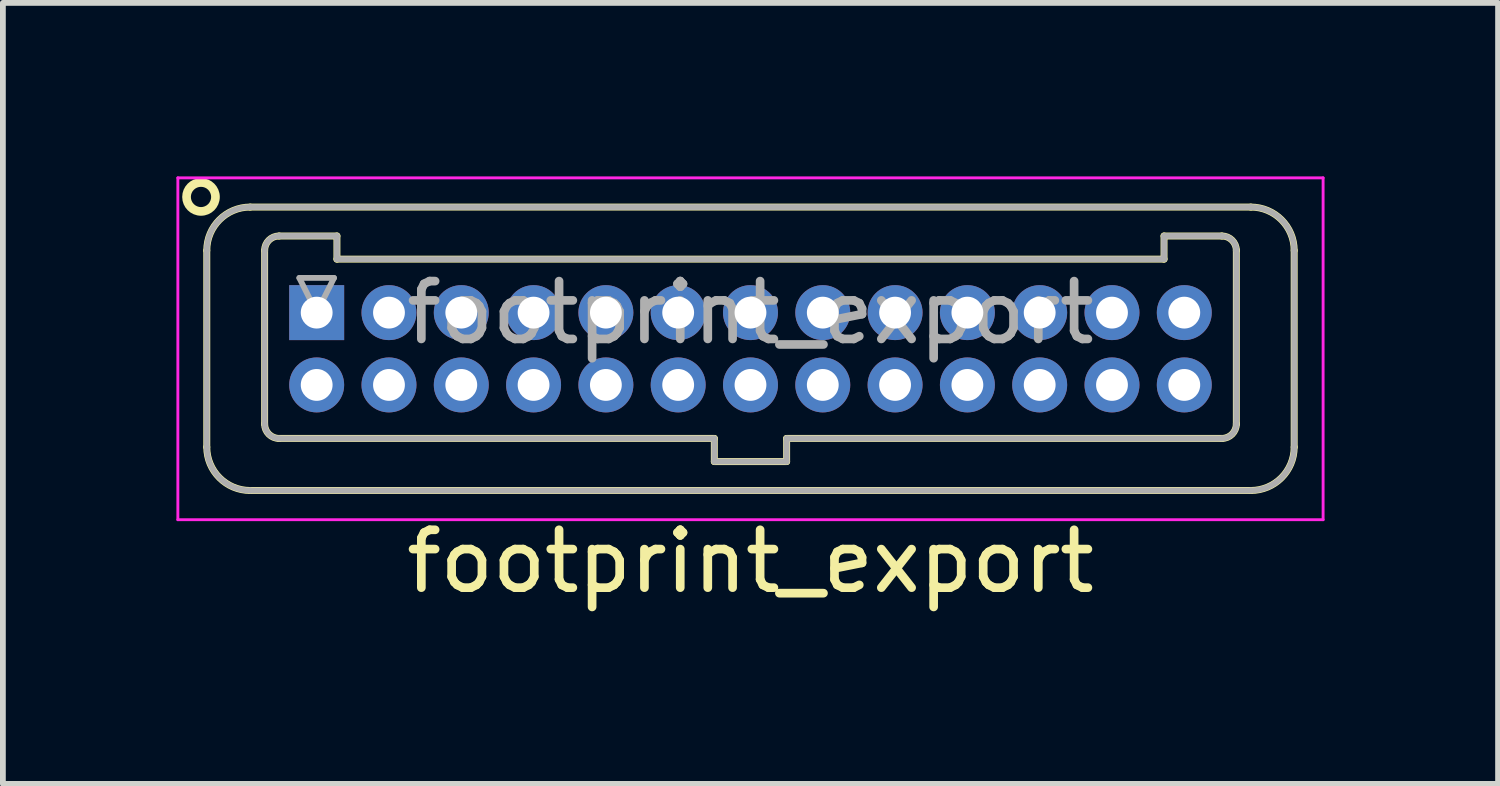
<source format=kicad_pcb>
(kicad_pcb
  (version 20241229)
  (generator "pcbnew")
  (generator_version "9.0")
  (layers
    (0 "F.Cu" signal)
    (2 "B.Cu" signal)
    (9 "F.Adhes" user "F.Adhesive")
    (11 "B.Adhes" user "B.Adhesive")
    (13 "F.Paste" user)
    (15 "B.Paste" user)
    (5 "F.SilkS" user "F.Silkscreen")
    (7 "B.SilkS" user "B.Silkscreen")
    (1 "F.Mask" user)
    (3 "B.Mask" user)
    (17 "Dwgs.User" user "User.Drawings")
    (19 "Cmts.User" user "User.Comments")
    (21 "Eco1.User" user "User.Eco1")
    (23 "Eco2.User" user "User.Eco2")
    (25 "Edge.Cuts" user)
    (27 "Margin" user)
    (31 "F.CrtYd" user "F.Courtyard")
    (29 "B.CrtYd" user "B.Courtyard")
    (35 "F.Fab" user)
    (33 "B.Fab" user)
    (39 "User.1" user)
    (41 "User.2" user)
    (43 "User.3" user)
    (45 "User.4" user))
  (footprint "footprint_export"
    (layer "F.Cu")
    (at 2.425 2.355)
    (property "Reference" "footprint_export" (at 7.5 4.3 0) (layer "F.SilkS") (effects (font (size 1 1) (thickness 0.15))))
    (attr through_hole)
    (fp_line (start -1.9 -1.075) (end -1.9 2.325) (stroke (width 0.12) (type solid)) (layer "F.SilkS"))
    (fp_line (start -1.15 -1.825) (end 16.15 -1.825) (stroke (width 0.12) (type solid)) (layer "F.SilkS"))
    (fp_line (start -1.15 3.075) (end 16.15 3.075) (stroke (width 0.12) (type solid)) (layer "F.SilkS"))
    (fp_line (start -0.9 -1.075) (end -0.9 1.925) (stroke (width 0.12) (type solid)) (layer "F.SilkS"))
    (fp_line (start -0.65 -1.325) (end 0.35 -1.325) (stroke (width 0.12) (type solid)) (layer "F.SilkS"))
    (fp_line (start -0.65 2.175) (end 6.875 2.175) (stroke (width 0.12) (type solid)) (layer "F.SilkS"))
    (fp_line (start 0.35 -1.325) (end 0.35 -0.925) (stroke (width 0.12) (type solid)) (layer "F.SilkS"))
    (fp_line (start 0.35 -0.925) (end 14.65 -0.925) (stroke (width 0.12) (type solid)) (layer "F.SilkS"))
    (fp_line (start 6.875 2.175) (end 6.875 2.575) (stroke (width 0.12) (type solid)) (layer "F.SilkS"))
    (fp_line (start 6.875 2.575) (end 8.125 2.575) (stroke (width 0.12) (type solid)) (layer "F.SilkS"))
    (fp_line (start 8.125 2.175) (end 15.65 2.175) (stroke (width 0.12) (type solid)) (layer "F.SilkS"))
    (fp_line (start 8.125 2.575) (end 8.125 2.175) (stroke (width 0.12) (type solid)) (layer "F.SilkS"))
    (fp_line (start 14.65 -1.325) (end 15.65 -1.325) (stroke (width 0.12) (type solid)) (layer "F.SilkS"))
    (fp_line (start 14.65 -0.925) (end 14.65 -1.325) (stroke (width 0.12) (type solid)) (layer "F.SilkS"))
    (fp_line (start 15.9 -1.075) (end 15.9 1.925) (stroke (width 0.12) (type solid)) (layer "F.SilkS"))
    (fp_line (start 16.9 -1.075) (end 16.9 2.325) (stroke (width 0.12) (type solid)) (layer "F.SilkS"))
    (fp_arc (start -1.9 -1.075) (mid -1.68033 -1.60533) (end -1.15 -1.825) (stroke (width 0.12) (type solid)) (layer "F.SilkS"))
    (fp_arc (start -1.15 3.075) (mid -1.68033 2.85533) (end -1.9 2.325) (stroke (width 0.12) (type solid)) (layer "F.SilkS"))
    (fp_arc (start -0.9 -1.075) (mid -0.826777 -1.251777) (end -0.65 -1.325) (stroke (width 0.12) (type solid)) (layer "F.SilkS"))
    (fp_arc (start -0.65 2.175) (mid -0.826777 2.101777) (end -0.9 1.925) (stroke (width 0.12) (type solid)) (layer "F.SilkS"))
    (fp_arc (start 15.65 -1.325) (mid 15.826777 -1.251777) (end 15.9 -1.075) (stroke (width 0.12) (type solid)) (layer "F.SilkS"))
    (fp_arc (start 15.9 1.925) (mid 15.826777 2.101777) (end 15.65 2.175) (stroke (width 0.12) (type solid)) (layer "F.SilkS"))
    (fp_arc (start 16.15 -1.825) (mid 16.68033 -1.60533) (end 16.9 -1.075) (stroke (width 0.12) (type solid)) (layer "F.SilkS"))
    (fp_arc (start 16.9 2.325) (mid 16.68033 2.85533) (end 16.15 3.075) (stroke (width 0.12) (type solid)) (layer "F.SilkS"))
    (fp_circle (center -2 -2) (end -1.75 -2) (stroke (width 0.15) (type solid)) (fill no) (layer "F.SilkS"))
    (fp_line (start -2.4 -2.33) (end -2.4 3.58) (stroke (width 0.05) (type solid)) (layer "F.CrtYd"))
    (fp_line (start -2.4 3.58) (end 17.4 3.58) (stroke (width 0.05) (type solid)) (layer "F.CrtYd"))
    (fp_line (start 17.4 -2.33) (end -2.4 -2.33) (stroke (width 0.05) (type solid)) (layer "F.CrtYd"))
    (fp_line (start 17.4 3.58) (end 17.4 -2.33) (stroke (width 0.05) (type solid)) (layer "F.CrtYd"))
    (fp_line (start -1.9 -1.075) (end -1.9 2.325) (stroke (width 0.1) (type solid)) (layer "F.Fab"))
    (fp_line (start -1.15 -1.825) (end 16.15 -1.825) (stroke (width 0.1) (type solid)) (layer "F.Fab"))
    (fp_line (start -1.15 3.075) (end 16.15 3.075) (stroke (width 0.1) (type solid)) (layer "F.Fab"))
    (fp_line (start -0.9 -1.075) (end -0.9 1.925) (stroke (width 0.1) (type solid)) (layer "F.Fab"))
    (fp_line (start -0.65 -1.325) (end 0.35 -1.325) (stroke (width 0.1) (type solid)) (layer "F.Fab"))
    (fp_line (start -0.65 2.175) (end 6.875 2.175) (stroke (width 0.1) (type solid)) (layer "F.Fab"))
    (fp_line (start -0.3 -0.6) (end 0.3 -0.6) (stroke (width 0.1) (type solid)) (layer "F.Fab"))
    (fp_line (start 0 0) (end -0.3 -0.6) (stroke (width 0.1) (type solid)) (layer "F.Fab"))
    (fp_line (start 0.3 -0.6) (end 0 0) (stroke (width 0.1) (type solid)) (layer "F.Fab"))
    (fp_line (start 0.35 -1.325) (end 0.35 -0.925) (stroke (width 0.1) (type solid)) (layer "F.Fab"))
    (fp_line (start 0.35 -0.925) (end 14.65 -0.925) (stroke (width 0.1) (type solid)) (layer "F.Fab"))
    (fp_line (start 6.875 2.175) (end 6.875 2.575) (stroke (width 0.1) (type solid)) (layer "F.Fab"))
    (fp_line (start 6.875 2.575) (end 8.125 2.575) (stroke (width 0.1) (type solid)) (layer "F.Fab"))
    (fp_line (start 8.125 2.175) (end 15.65 2.175) (stroke (width 0.1) (type solid)) (layer "F.Fab"))
    (fp_line (start 8.125 2.575) (end 8.125 2.175) (stroke (width 0.1) (type solid)) (layer "F.Fab"))
    (fp_line (start 14.65 -1.325) (end 15.65 -1.325) (stroke (width 0.1) (type solid)) (layer "F.Fab"))
    (fp_line (start 14.65 -0.925) (end 14.65 -1.325) (stroke (width 0.1) (type solid)) (layer "F.Fab"))
    (fp_line (start 15.9 -1.075) (end 15.9 1.925) (stroke (width 0.1) (type solid)) (layer "F.Fab"))
    (fp_line (start 16.9 -1.075) (end 16.9 2.325) (stroke (width 0.1) (type solid)) (layer "F.Fab"))
    (fp_arc (start -1.9 -1.075) (mid -1.68033 -1.60533) (end -1.15 -1.825) (stroke (width 0.1) (type solid)) (layer "F.Fab"))
    (fp_arc (start -1.15 3.075) (mid -1.68033 2.85533) (end -1.9 2.325) (stroke (width 0.1) (type solid)) (layer "F.Fab"))
    (fp_arc (start -0.9 -1.075) (mid -0.826777 -1.251777) (end -0.65 -1.325) (stroke (width 0.1) (type solid)) (layer "F.Fab"))
    (fp_arc (start -0.65 2.175) (mid -0.826777 2.101777) (end -0.9 1.925) (stroke (width 0.1) (type solid)) (layer "F.Fab"))
    (fp_arc (start 15.65 -1.325) (mid 15.826777 -1.251777) (end 15.9 -1.075) (stroke (width 0.1) (type solid)) (layer "F.Fab"))
    (fp_arc (start 15.9 1.925) (mid 15.826777 2.101777) (end 15.65 2.175) (stroke (width 0.1) (type solid)) (layer "F.Fab"))
    (fp_arc (start 16.15 -1.825) (mid 16.68033 -1.60533) (end 16.9 -1.075) (stroke (width 0.1) (type solid)) (layer "F.Fab"))
    (fp_arc (start 16.9 2.325) (mid 16.68033 2.85533) (end 16.15 3.075) (stroke (width 0.1) (type solid)) (layer "F.Fab"))
    (fp_text user "${REFERENCE}" (at 7.5 0 0) (layer "F.Fab") (effects (font (size 1 1) (thickness 0.15))))
    (pad "1" thru_hole rect (at 0 0) (size 0.95 0.95) (drill 0.55) (layers "*.Cu" "*.Mask"))
    (pad "2" thru_hole circle (at 0 1.25) (size 0.95 0.95) (drill 0.55) (layers "*.Cu" "*.Mask"))
    (pad "3" thru_hole circle (at 1.25 0) (size 0.95 0.95) (drill 0.55) (layers "*.Cu" "*.Mask"))
    (pad "4" thru_hole circle (at 1.25 1.25) (size 0.95 0.95) (drill 0.55) (layers "*.Cu" "*.Mask"))
    (pad "5" thru_hole circle (at 2.5 0) (size 0.95 0.95) (drill 0.55) (layers "*.Cu" "*.Mask"))
    (pad "6" thru_hole circle (at 2.5 1.25) (size 0.95 0.95) (drill 0.55) (layers "*.Cu" "*.Mask"))
    (pad "7" thru_hole circle (at 3.75 0) (size 0.95 0.95) (drill 0.55) (layers "*.Cu" "*.Mask"))
    (pad "8" thru_hole circle (at 3.75 1.25) (size 0.95 0.95) (drill 0.55) (layers "*.Cu" "*.Mask"))
    (pad "9" thru_hole circle (at 5 0) (size 0.95 0.95) (drill 0.55) (layers "*.Cu" "*.Mask"))
    (pad "10" thru_hole circle (at 5 1.25) (size 0.95 0.95) (drill 0.55) (layers "*.Cu" "*.Mask"))
    (pad "11" thru_hole circle (at 6.25 0) (size 0.95 0.95) (drill 0.55) (layers "*.Cu" "*.Mask"))
    (pad "12" thru_hole circle (at 6.25 1.25) (size 0.95 0.95) (drill 0.55) (layers "*.Cu" "*.Mask"))
    (pad "13" thru_hole circle (at 7.5 0) (size 0.95 0.95) (drill 0.55) (layers "*.Cu" "*.Mask"))
    (pad "14" thru_hole circle (at 7.5 1.25) (size 0.95 0.95) (drill 0.55) (layers "*.Cu" "*.Mask"))
    (pad "15" thru_hole circle (at 8.75 0) (size 0.95 0.95) (drill 0.55) (layers "*.Cu" "*.Mask"))
    (pad "16" thru_hole circle (at 8.75 1.25) (size 0.95 0.95) (drill 0.55) (layers "*.Cu" "*.Mask"))
    (pad "17" thru_hole circle (at 10 0) (size 0.95 0.95) (drill 0.55) (layers "*.Cu" "*.Mask"))
    (pad "18" thru_hole circle (at 10 1.25) (size 0.95 0.95) (drill 0.55) (layers "*.Cu" "*.Mask"))
    (pad "19" thru_hole circle (at 11.25 0) (size 0.95 0.95) (drill 0.55) (layers "*.Cu" "*.Mask"))
    (pad "20" thru_hole circle (at 11.25 1.25) (size 0.95 0.95) (drill 0.55) (layers "*.Cu" "*.Mask"))
    (pad "21" thru_hole circle (at 12.5 0) (size 0.95 0.95) (drill 0.55) (layers "*.Cu" "*.Mask"))
    (pad "22" thru_hole circle (at 12.5 1.25) (size 0.95 0.95) (drill 0.55) (layers "*.Cu" "*.Mask"))
    (pad "23" thru_hole circle (at 13.75 0) (size 0.95 0.95) (drill 0.55) (layers "*.Cu" "*.Mask"))
    (pad "24" thru_hole circle (at 13.75 1.25) (size 0.95 0.95) (drill 0.55) (layers "*.Cu" "*.Mask"))
    (pad "25" thru_hole circle (at 15 0) (size 0.95 0.95) (drill 0.55) (layers "*.Cu" "*.Mask"))
    (pad "26" thru_hole circle (at 15 1.25) (size 0.95 0.95) (drill 0.55) (layers "*.Cu" "*.Mask")))
  (gr_rect
    (start -3 -3)
    (end 22.85 10.503)
    (stroke (width 0.1) (type default))
    (fill no)
    (layer "Edge.Cuts")))
</source>
